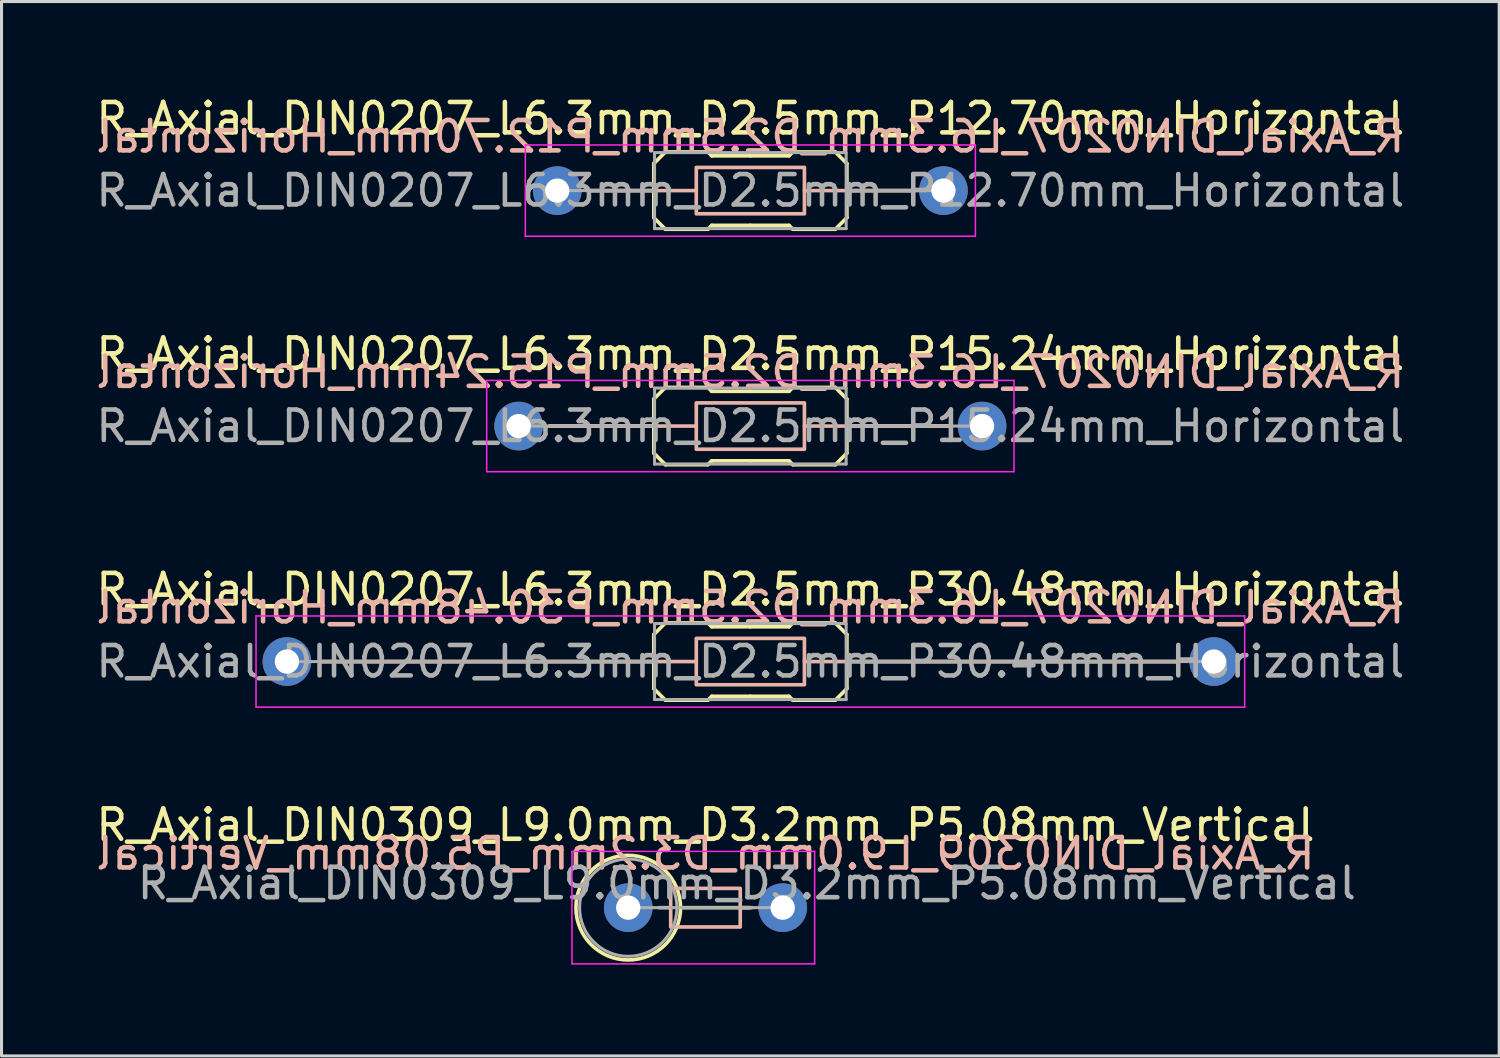
<source format=kicad_pcb>
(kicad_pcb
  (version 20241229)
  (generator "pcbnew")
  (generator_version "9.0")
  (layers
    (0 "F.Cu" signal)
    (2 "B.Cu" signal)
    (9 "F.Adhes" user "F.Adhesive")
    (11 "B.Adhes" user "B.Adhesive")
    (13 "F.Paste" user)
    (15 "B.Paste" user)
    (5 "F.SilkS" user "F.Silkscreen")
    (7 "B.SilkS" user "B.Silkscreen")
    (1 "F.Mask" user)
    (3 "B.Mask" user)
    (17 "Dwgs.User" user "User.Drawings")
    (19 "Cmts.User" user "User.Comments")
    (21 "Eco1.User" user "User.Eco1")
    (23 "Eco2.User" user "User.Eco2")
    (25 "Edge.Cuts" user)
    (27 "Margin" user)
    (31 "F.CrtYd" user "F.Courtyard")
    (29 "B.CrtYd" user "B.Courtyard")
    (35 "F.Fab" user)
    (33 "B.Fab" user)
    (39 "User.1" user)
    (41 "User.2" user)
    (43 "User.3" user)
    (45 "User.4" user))
  (footprint "R_Axial_DIN0309_L9.0mm_D3.2mm_P5.08mm_Vertical"
    (layer "F.Cu")
    (at 17.609 26.798)
    (property "Reference" "R_Axial_DIN0309_L9.0mm_D3.2mm_P5.08mm_Vertical" (at 2.54 -2.72 0) (layer "F.SilkS") (effects (font (size 1 1) (thickness 0.15))))
    (fp_line (start 1.72 0) (end 3.98 0) (stroke (width 0.12) (type solid)) (layer "F.SilkS"))
    (fp_circle (center 0 0) (end 1.72 0) (stroke (width 0.12) (type solid)) (fill no) (layer "F.SilkS"))
    (fp_line (start 1.016 0) (end 1.397 0) (stroke (width 0.12) (type solid)) (layer "B.SilkS"))
    (fp_line (start 4.064 0) (end 3.683 0) (stroke (width 0.12) (type solid)) (layer "B.SilkS"))
    (fp_rect (start 1.397 -0.635) (end 3.683 0.635) (stroke (width 0.12) (type solid)) (fill no) (layer "B.SilkS"))
    (fp_line (start -1.85 -1.85) (end -1.85 1.85) (stroke (width 0.05) (type solid)) (layer "F.CrtYd"))
    (fp_line (start -1.85 1.85) (end 6.13 1.85) (stroke (width 0.05) (type solid)) (layer "F.CrtYd"))
    (fp_line (start 6.13 -1.85) (end -1.85 -1.85) (stroke (width 0.05) (type solid)) (layer "F.CrtYd"))
    (fp_line (start 6.13 1.85) (end 6.13 -1.85) (stroke (width 0.05) (type solid)) (layer "F.CrtYd"))
    (fp_line (start 0 0) (end 5.08 0) (stroke (width 0.1) (type solid)) (layer "F.Fab"))
    (fp_circle (center 0 0) (end 1.6 0) (stroke (width 0.1) (type solid)) (fill no) (layer "F.Fab"))
    (fp_text user "${REFERENCE}" (at 2.54 -1.778 0) (layer "B.SilkS") (effects (font (size 1 1) (thickness 0.15)) (justify mirror)))
    (fp_text user "${REFERENCE}" (at 3.9 -0.8 0) (layer "F.Fab") (effects (font (size 1 1) (thickness 0.15))))
    (pad "1" thru_hole circle (at 0 0) (size 1.6 1.6) (drill 0.8) (layers "*.Cu" "*.Mask"))
    (pad "2" thru_hole oval (at 5.08 0) (size 1.6 1.6) (drill 0.8) (layers "*.Cu" "*.Mask")))
  (footprint "R_Axial_DIN0207_L6.3mm_D2.5mm_P30.48mm_Horizontal"
    (layer "F.Cu")
    (at 14.005 18.705)
    (property "Reference" "R_Axial_DIN0207_L6.3mm_D2.5mm_P30.48mm_Horizontal" (at 7.62 -2.37 0) (layer "F.SilkS") (effects (font (size 1 1) (thickness 0.15))))
    (fp_line (start 4.445 -0.889) (end 4.445 0.889) (stroke (width 0.12) (type solid)) (layer "F.SilkS"))
    (fp_line (start 4.445 -0.889) (end 4.826 -1.27) (stroke (width 0.12) (type solid)) (layer "F.SilkS"))
    (fp_line (start 4.445 0) (end -6.477 0) (stroke (width 0.12) (type solid)) (layer "F.SilkS"))
    (fp_line (start 4.445 0.889) (end 4.826 1.27) (stroke (width 0.12) (type solid)) (layer "F.SilkS"))
    (fp_line (start 4.826 -1.27) (end 6.223 -1.27) (stroke (width 0.12) (type solid)) (layer "F.SilkS"))
    (fp_line (start 4.826 1.27) (end 6.223 1.27) (stroke (width 0.12) (type solid)) (layer "F.SilkS"))
    (fp_line (start 6.223 -1.27) (end 6.35 -1.143) (stroke (width 0.12) (type solid)) (layer "F.SilkS"))
    (fp_line (start 6.223 1.27) (end 6.35 1.143) (stroke (width 0.12) (type solid)) (layer "F.SilkS"))
    (fp_line (start 6.35 -1.143) (end 7.62 -1.143) (stroke (width 0.12) (type solid)) (layer "F.SilkS"))
    (fp_line (start 6.35 1.143) (end 7.62 1.143) (stroke (width 0.12) (type solid)) (layer "F.SilkS"))
    (fp_line (start 8.89 -1.143) (end 7.62 -1.143) (stroke (width 0.12) (type solid)) (layer "F.SilkS"))
    (fp_line (start 8.89 1.143) (end 7.62 1.143) (stroke (width 0.12) (type solid)) (layer "F.SilkS"))
    (fp_line (start 9.017 -1.27) (end 8.89 -1.143) (stroke (width 0.12) (type solid)) (layer "F.SilkS"))
    (fp_line (start 9.017 1.27) (end 8.89 1.143) (stroke (width 0.12) (type solid)) (layer "F.SilkS"))
    (fp_line (start 10.414 -1.27) (end 9.017 -1.27) (stroke (width 0.12) (type solid)) (layer "F.SilkS"))
    (fp_line (start 10.414 1.27) (end 9.017 1.27) (stroke (width 0.12) (type solid)) (layer "F.SilkS"))
    (fp_line (start 10.795 -0.889) (end 10.414 -1.27) (stroke (width 0.12) (type solid)) (layer "F.SilkS"))
    (fp_line (start 10.795 -0.889) (end 10.795 0.889) (stroke (width 0.12) (type solid)) (layer "F.SilkS"))
    (fp_line (start 10.795 0) (end 21.717 0) (stroke (width 0.12) (type solid)) (layer "F.SilkS"))
    (fp_line (start 10.795 0.889) (end 10.414 1.27) (stroke (width 0.12) (type solid)) (layer "F.SilkS"))
    (fp_line (start 5.842 0) (end -6.477 0) (stroke (width 0.12) (type solid)) (layer "B.SilkS"))
    (fp_line (start 9.398 0) (end 21.717 0) (stroke (width 0.12) (type solid)) (layer "B.SilkS"))
    (fp_rect (start 5.842 -0.762) (end 9.398 0.762) (stroke (width 0.12) (type solid)) (fill no) (layer "B.SilkS"))
    (fp_line (start -8.636 -1.5) (end -8.636 1.5) (stroke (width 0.05) (type solid)) (layer "F.CrtYd"))
    (fp_line (start -8.636 1.5) (end 23.876 1.5) (stroke (width 0.05) (type solid)) (layer "F.CrtYd"))
    (fp_line (start 23.876 -1.5) (end -8.636 -1.5) (stroke (width 0.05) (type solid)) (layer "F.CrtYd"))
    (fp_line (start 23.876 1.5) (end 23.876 -1.5) (stroke (width 0.05) (type solid)) (layer "F.CrtYd"))
    (fp_line (start -7.62 0) (end 4.47 0) (stroke (width 0.1) (type solid)) (layer "F.Fab"))
    (fp_line (start 4.47 -1.25) (end 4.47 1.25) (stroke (width 0.1) (type solid)) (layer "F.Fab"))
    (fp_line (start 4.47 1.25) (end 10.77 1.25) (stroke (width 0.1) (type solid)) (layer "F.Fab"))
    (fp_line (start 10.77 -1.25) (end 4.47 -1.25) (stroke (width 0.1) (type solid)) (layer "F.Fab"))
    (fp_line (start 10.77 1.25) (end 10.77 -1.25) (stroke (width 0.1) (type solid)) (layer "F.Fab"))
    (fp_line (start 22.86 0) (end 10.77 0) (stroke (width 0.1) (type solid)) (layer "F.Fab"))
    (fp_text user "${REFERENCE}" (at 7.62 -1.778 0) (layer "B.SilkS") (effects (font (size 1 1) (thickness 0.15)) (justify mirror)))
    (fp_text user "${REFERENCE}" (at 7.62 0 0) (layer "F.Fab") (effects (font (size 1 1) (thickness 0.15))))
    (pad "1" thru_hole circle (at -7.62 0) (size 1.6 1.6) (drill 0.8) (layers "*.Cu" "*.Mask"))
    (pad "2" thru_hole oval (at 22.86 0) (size 1.6 1.6) (drill 0.8) (layers "*.Cu" "*.Mask")))
  (footprint "R_Axial_DIN0207_L6.3mm_D2.5mm_P15.24mm_Horizontal"
    (layer "F.Cu")
    (at 14.005 10.961)
    (property "Reference" "R_Axial_DIN0207_L6.3mm_D2.5mm_P15.24mm_Horizontal" (at 7.62 -2.37 0) (layer "F.SilkS") (effects (font (size 1 1) (thickness 0.15))))
    (fp_line (start 4.445 -0.889) (end 4.445 0.889) (stroke (width 0.12) (type solid)) (layer "F.SilkS"))
    (fp_line (start 4.445 -0.889) (end 4.826 -1.27) (stroke (width 0.12) (type solid)) (layer "F.SilkS"))
    (fp_line (start 4.445 0) (end 1.016 0) (stroke (width 0.12) (type solid)) (layer "F.SilkS"))
    (fp_line (start 4.445 0.889) (end 4.826 1.27) (stroke (width 0.12) (type solid)) (layer "F.SilkS"))
    (fp_line (start 4.826 -1.27) (end 6.223 -1.27) (stroke (width 0.12) (type solid)) (layer "F.SilkS"))
    (fp_line (start 4.826 1.27) (end 6.223 1.27) (stroke (width 0.12) (type solid)) (layer "F.SilkS"))
    (fp_line (start 6.223 -1.27) (end 6.35 -1.143) (stroke (width 0.12) (type solid)) (layer "F.SilkS"))
    (fp_line (start 6.223 1.27) (end 6.35 1.143) (stroke (width 0.12) (type solid)) (layer "F.SilkS"))
    (fp_line (start 6.35 -1.143) (end 7.62 -1.143) (stroke (width 0.12) (type solid)) (layer "F.SilkS"))
    (fp_line (start 6.35 1.143) (end 7.62 1.143) (stroke (width 0.12) (type solid)) (layer "F.SilkS"))
    (fp_line (start 8.89 -1.143) (end 7.62 -1.143) (stroke (width 0.12) (type solid)) (layer "F.SilkS"))
    (fp_line (start 8.89 1.143) (end 7.62 1.143) (stroke (width 0.12) (type solid)) (layer "F.SilkS"))
    (fp_line (start 9.017 -1.27) (end 8.89 -1.143) (stroke (width 0.12) (type solid)) (layer "F.SilkS"))
    (fp_line (start 9.017 1.27) (end 8.89 1.143) (stroke (width 0.12) (type solid)) (layer "F.SilkS"))
    (fp_line (start 10.414 -1.27) (end 9.017 -1.27) (stroke (width 0.12) (type solid)) (layer "F.SilkS"))
    (fp_line (start 10.414 1.27) (end 9.017 1.27) (stroke (width 0.12) (type solid)) (layer "F.SilkS"))
    (fp_line (start 10.795 -0.889) (end 10.414 -1.27) (stroke (width 0.12) (type solid)) (layer "F.SilkS"))
    (fp_line (start 10.795 -0.889) (end 10.795 0.889) (stroke (width 0.12) (type solid)) (layer "F.SilkS"))
    (fp_line (start 10.795 0) (end 14.224 0) (stroke (width 0.12) (type solid)) (layer "F.SilkS"))
    (fp_line (start 10.795 0.889) (end 10.414 1.27) (stroke (width 0.12) (type solid)) (layer "F.SilkS"))
    (fp_line (start 5.842 0) (end 1.016 0) (stroke (width 0.12) (type solid)) (layer "B.SilkS"))
    (fp_line (start 9.398 0) (end 14.224 0) (stroke (width 0.12) (type solid)) (layer "B.SilkS"))
    (fp_rect (start 5.842 -0.762) (end 9.398 0.762) (stroke (width 0.12) (type solid)) (fill no) (layer "B.SilkS"))
    (fp_line (start -1.05 -1.5) (end -1.05 1.5) (stroke (width 0.05) (type solid)) (layer "F.CrtYd"))
    (fp_line (start -1.05 1.5) (end 16.29 1.5) (stroke (width 0.05) (type solid)) (layer "F.CrtYd"))
    (fp_line (start 16.29 -1.5) (end -1.05 -1.5) (stroke (width 0.05) (type solid)) (layer "F.CrtYd"))
    (fp_line (start 16.29 1.5) (end 16.29 -1.5) (stroke (width 0.05) (type solid)) (layer "F.CrtYd"))
    (fp_line (start 0 0) (end 4.47 0) (stroke (width 0.1) (type solid)) (layer "F.Fab"))
    (fp_line (start 4.47 -1.25) (end 4.47 1.25) (stroke (width 0.1) (type solid)) (layer "F.Fab"))
    (fp_line (start 4.47 1.25) (end 10.77 1.25) (stroke (width 0.1) (type solid)) (layer "F.Fab"))
    (fp_line (start 10.77 -1.25) (end 4.47 -1.25) (stroke (width 0.1) (type solid)) (layer "F.Fab"))
    (fp_line (start 10.77 1.25) (end 10.77 -1.25) (stroke (width 0.1) (type solid)) (layer "F.Fab"))
    (fp_line (start 15.24 0) (end 10.77 0) (stroke (width 0.1) (type solid)) (layer "F.Fab"))
    (fp_text user "${REFERENCE}" (at 7.62 -1.778 0) (layer "B.SilkS") (effects (font (size 1 1) (thickness 0.15)) (justify mirror)))
    (fp_text user "${REFERENCE}" (at 7.62 0 0) (layer "F.Fab") (effects (font (size 1 1) (thickness 0.15))))
    (pad "1" thru_hole circle (at 0 0) (size 1.6 1.6) (drill 0.8) (layers "*.Cu" "*.Mask"))
    (pad "2" thru_hole oval (at 15.24 0) (size 1.6 1.6) (drill 0.8) (layers "*.Cu" "*.Mask")))
  (footprint "R_Axial_DIN0207_L6.3mm_D2.5mm_P12.70mm_Horizontal"
    (layer "F.Cu")
    (at 15.275 3.218)
    (property "Reference" "R_Axial_DIN0207_L6.3mm_D2.5mm_P12.70mm_Horizontal" (at 6.35 -2.37 0) (layer "F.SilkS") (effects (font (size 1 1) (thickness 0.15))))
    (fp_line (start 3.175 -0.889) (end 3.175 0.889) (stroke (width 0.12) (type solid)) (layer "F.SilkS"))
    (fp_line (start 3.175 -0.889) (end 3.556 -1.27) (stroke (width 0.12) (type solid)) (layer "F.SilkS"))
    (fp_line (start 3.175 0) (end 1.016 0) (stroke (width 0.12) (type solid)) (layer "F.SilkS"))
    (fp_line (start 3.175 0.889) (end 3.556 1.27) (stroke (width 0.12) (type solid)) (layer "F.SilkS"))
    (fp_line (start 3.556 -1.27) (end 4.953 -1.27) (stroke (width 0.12) (type solid)) (layer "F.SilkS"))
    (fp_line (start 3.556 1.27) (end 4.953 1.27) (stroke (width 0.12) (type solid)) (layer "F.SilkS"))
    (fp_line (start 4.953 -1.27) (end 5.08 -1.143) (stroke (width 0.12) (type solid)) (layer "F.SilkS"))
    (fp_line (start 4.953 1.27) (end 5.08 1.143) (stroke (width 0.12) (type solid)) (layer "F.SilkS"))
    (fp_line (start 5.08 -1.143) (end 6.35 -1.143) (stroke (width 0.12) (type solid)) (layer "F.SilkS"))
    (fp_line (start 5.08 1.143) (end 6.35 1.143) (stroke (width 0.12) (type solid)) (layer "F.SilkS"))
    (fp_line (start 7.62 -1.143) (end 6.35 -1.143) (stroke (width 0.12) (type solid)) (layer "F.SilkS"))
    (fp_line (start 7.62 1.143) (end 6.35 1.143) (stroke (width 0.12) (type solid)) (layer "F.SilkS"))
    (fp_line (start 7.747 -1.27) (end 7.62 -1.143) (stroke (width 0.12) (type solid)) (layer "F.SilkS"))
    (fp_line (start 7.747 1.27) (end 7.62 1.143) (stroke (width 0.12) (type solid)) (layer "F.SilkS"))
    (fp_line (start 9.144 -1.27) (end 7.747 -1.27) (stroke (width 0.12) (type solid)) (layer "F.SilkS"))
    (fp_line (start 9.144 1.27) (end 7.747 1.27) (stroke (width 0.12) (type solid)) (layer "F.SilkS"))
    (fp_line (start 9.525 -0.889) (end 9.144 -1.27) (stroke (width 0.12) (type solid)) (layer "F.SilkS"))
    (fp_line (start 9.525 -0.889) (end 9.525 0.889) (stroke (width 0.12) (type solid)) (layer "F.SilkS"))
    (fp_line (start 9.525 0) (end 11.684 0) (stroke (width 0.12) (type solid)) (layer "F.SilkS"))
    (fp_line (start 9.525 0.889) (end 9.144 1.27) (stroke (width 0.12) (type solid)) (layer "F.SilkS"))
    (fp_line (start 4.572 0) (end 1.016 0) (stroke (width 0.12) (type solid)) (layer "B.SilkS"))
    (fp_line (start 8.128 0) (end 11.684 0) (stroke (width 0.12) (type solid)) (layer "B.SilkS"))
    (fp_rect (start 4.572 -0.762) (end 8.128 0.762) (stroke (width 0.12) (type solid)) (fill no) (layer "B.SilkS"))
    (fp_line (start -1.05 -1.5) (end -1.05 1.5) (stroke (width 0.05) (type solid)) (layer "F.CrtYd"))
    (fp_line (start -1.05 1.5) (end 13.75 1.5) (stroke (width 0.05) (type solid)) (layer "F.CrtYd"))
    (fp_line (start 13.75 -1.5) (end -1.05 -1.5) (stroke (width 0.05) (type solid)) (layer "F.CrtYd"))
    (fp_line (start 13.75 1.5) (end 13.75 -1.5) (stroke (width 0.05) (type solid)) (layer "F.CrtYd"))
    (fp_line (start 0 0) (end 3.2 0) (stroke (width 0.1) (type solid)) (layer "F.Fab"))
    (fp_line (start 3.2 -1.25) (end 3.2 1.25) (stroke (width 0.1) (type solid)) (layer "F.Fab"))
    (fp_line (start 3.2 1.25) (end 9.5 1.25) (stroke (width 0.1) (type solid)) (layer "F.Fab"))
    (fp_line (start 9.5 -1.25) (end 3.2 -1.25) (stroke (width 0.1) (type solid)) (layer "F.Fab"))
    (fp_line (start 9.5 1.25) (end 9.5 -1.25) (stroke (width 0.1) (type solid)) (layer "F.Fab"))
    (fp_line (start 12.7 0) (end 9.5 0) (stroke (width 0.1) (type solid)) (layer "F.Fab"))
    (fp_text user "${REFERENCE}" (at 6.35 -1.778 0) (layer "B.SilkS") (effects (font (size 1 1) (thickness 0.15)) (justify mirror)))
    (fp_text user "${REFERENCE}" (at 6.35 0 0) (layer "F.Fab") (effects (font (size 1 1) (thickness 0.15))))
    (pad "1" thru_hole circle (at 0 0) (size 1.6 1.6) (drill 0.8) (layers "*.Cu" "*.Mask"))
    (pad "2" thru_hole oval (at 12.7 0) (size 1.6 1.6) (drill 0.8) (layers "*.Cu" "*.Mask")))
  (gr_rect
    (start -3 -3)
    (end 46.25 31.673)
    (stroke (width 0.1) (type default))
    (fill no)
    (layer "Edge.Cuts")))
</source>
